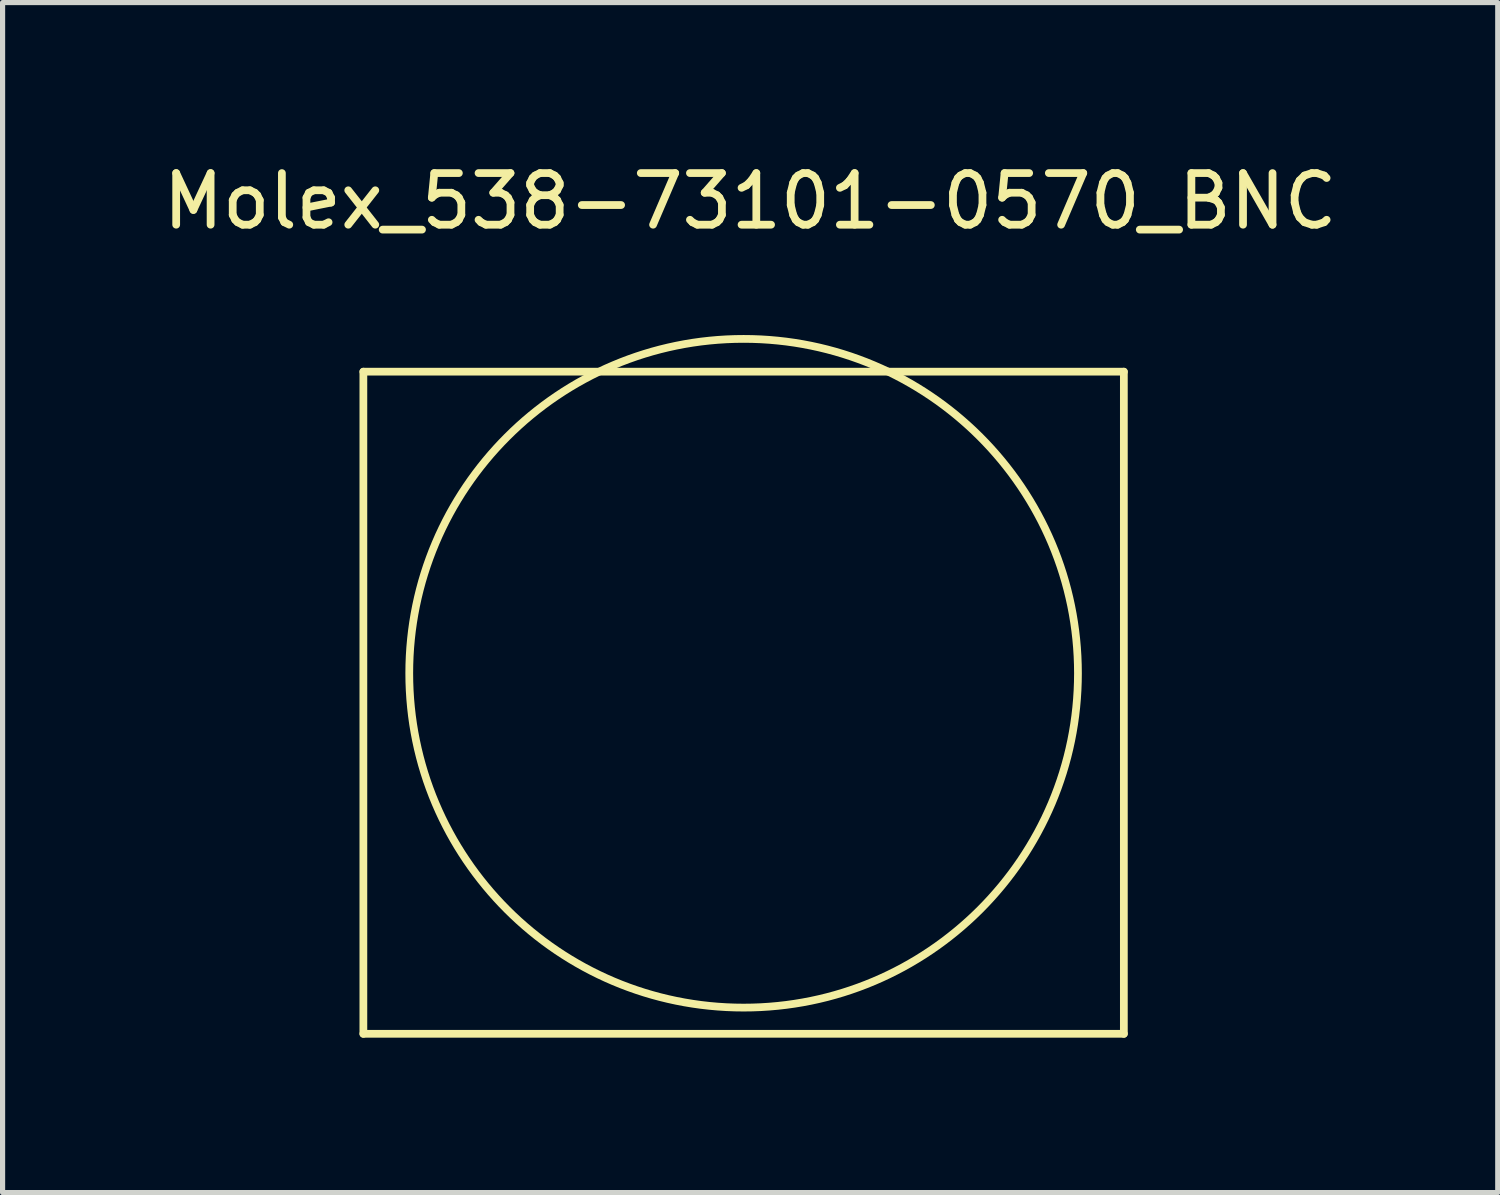
<source format=kicad_pcb>
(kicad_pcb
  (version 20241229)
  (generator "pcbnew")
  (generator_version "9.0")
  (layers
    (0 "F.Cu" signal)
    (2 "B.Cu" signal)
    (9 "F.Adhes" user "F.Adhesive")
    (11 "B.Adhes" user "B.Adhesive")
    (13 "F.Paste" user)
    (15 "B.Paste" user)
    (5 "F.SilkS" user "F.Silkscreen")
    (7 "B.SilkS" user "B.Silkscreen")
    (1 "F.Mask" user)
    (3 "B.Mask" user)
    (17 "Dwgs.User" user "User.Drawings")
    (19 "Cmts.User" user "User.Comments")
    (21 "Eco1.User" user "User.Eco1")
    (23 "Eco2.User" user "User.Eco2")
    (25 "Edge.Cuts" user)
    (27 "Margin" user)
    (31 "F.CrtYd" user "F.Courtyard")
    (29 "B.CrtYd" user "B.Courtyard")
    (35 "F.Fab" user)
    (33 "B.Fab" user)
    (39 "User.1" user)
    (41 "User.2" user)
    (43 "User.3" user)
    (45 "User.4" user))
  (footprint "Molex_538-73101-0570_BNC"
    (layer "F.Cu")
    (at 11.355 9.992)
    (property "Reference" "Molex_538-73101-0570_BNC" (at 0.127 -9.144 180) (layer "F.SilkS") (effects (font (size 1 1) (thickness 0.15))))
    (attr through_hole)
    (fp_line (start -7.366 -5.842) (end 7.366 -5.842) (stroke (width 0.15) (type solid)) (layer "F.SilkS"))
    (fp_line (start -7.366 6.985) (end -7.366 -5.842) (stroke (width 0.15) (type solid)) (layer "F.SilkS"))
    (fp_line (start -7.366 6.985) (end 7.366 6.985) (stroke (width 0.15) (type solid)) (layer "F.SilkS"))
    (fp_line (start 7.366 6.985) (end 7.366 -5.842) (stroke (width 0.15) (type solid)) (layer "F.SilkS"))
    (fp_circle (center 0 0) (end 6.477 0) (stroke (width 0.15) (type solid)) (fill no) (layer "F.SilkS")))
  (gr_rect
    (start -3 -3)
    (end 25.964 20.052)
    (stroke (width 0.1) (type default))
    (fill no)
    (layer "Edge.Cuts")))
</source>
